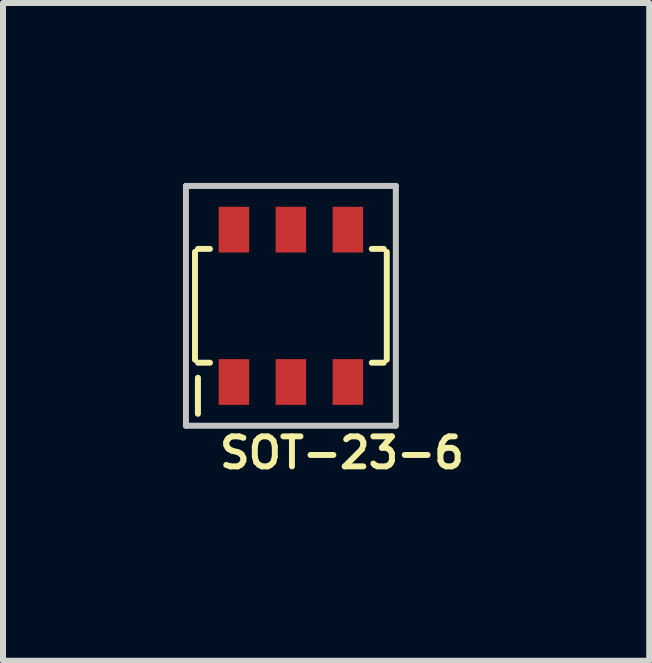
<source format=kicad_pcb>
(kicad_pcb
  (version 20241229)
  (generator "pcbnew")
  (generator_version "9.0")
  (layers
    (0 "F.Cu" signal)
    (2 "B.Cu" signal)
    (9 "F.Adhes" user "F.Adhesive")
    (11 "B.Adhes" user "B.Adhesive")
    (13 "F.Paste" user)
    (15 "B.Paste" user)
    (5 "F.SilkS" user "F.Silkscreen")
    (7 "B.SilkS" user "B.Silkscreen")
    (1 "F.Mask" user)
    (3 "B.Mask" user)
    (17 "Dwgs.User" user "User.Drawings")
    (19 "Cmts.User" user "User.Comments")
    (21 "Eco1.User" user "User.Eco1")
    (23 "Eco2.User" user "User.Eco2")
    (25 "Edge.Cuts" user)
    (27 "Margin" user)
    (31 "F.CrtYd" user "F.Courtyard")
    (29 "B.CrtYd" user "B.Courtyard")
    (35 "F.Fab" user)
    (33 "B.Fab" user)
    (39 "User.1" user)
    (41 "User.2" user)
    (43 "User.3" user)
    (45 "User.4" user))
  (footprint "SOT-23-6"
    (layer "F.Cu")
    (at 1.8 2.049)
    (property "Reference" "SOT-23-6" (at 0.851 2.451 0) (layer "F.SilkS") (effects (font (size 0.5 0.5) (thickness 0.099))))
    (attr smd)
    (fp_line (start -1.599 0.899) (end -1.599 -0.899) (stroke (width 0.099) (type solid)) (layer "F.SilkS"))
    (fp_line (start -1.55 1.8) (end -1.55 1.2) (stroke (width 0.1) (type solid)) (layer "F.SilkS"))
    (fp_line (start -1.549 -0.949) (end -1.349 -0.949) (stroke (width 0.099) (type solid)) (layer "F.SilkS"))
    (fp_line (start -1.349 0.949) (end -1.549 0.949) (stroke (width 0.099) (type solid)) (layer "F.SilkS"))
    (fp_line (start 1.549 -0.949) (end 1.349 -0.949) (stroke (width 0.099) (type solid)) (layer "F.SilkS"))
    (fp_line (start 1.549 0.949) (end 1.349 0.949) (stroke (width 0.099) (type solid)) (layer "F.SilkS"))
    (fp_line (start 1.599 -0.899) (end 1.599 0.899) (stroke (width 0.099) (type solid)) (layer "F.SilkS"))
    (fp_line (start -1.75 -1.999) (end -1.75 1.999) (stroke (width 0.1) (type solid)) (layer "Dwgs.User"))
    (fp_line (start -1.75 1.999) (end 1.75 1.999) (stroke (width 0.1) (type solid)) (layer "Dwgs.User"))
    (fp_line (start 1.75 -1.999) (end -1.75 -1.999) (stroke (width 0.1) (type solid)) (layer "Dwgs.User"))
    (fp_line (start 1.75 1.999) (end 1.75 -1.999) (stroke (width 0.1) (type solid)) (layer "Dwgs.User"))
    (pad "1" smd rect (at -0.95 1.27) (size 0.508 0.762) (layers "F.Cu" "F.Mask" "F.Paste"))
    (pad "2" smd rect (at 0 1.27) (size 0.508 0.762) (layers "F.Cu" "F.Mask" "F.Paste"))
    (pad "3" smd rect (at 0.95 1.27) (size 0.508 0.762) (layers "F.Cu" "F.Mask" "F.Paste"))
    (pad "4" smd rect (at 0.95 -1.27) (size 0.508 0.762) (layers "F.Cu" "F.Mask" "F.Paste"))
    (pad "5" smd rect (at 0 -1.27) (size 0.508 0.762) (layers "F.Cu" "F.Mask" "F.Paste"))
    (pad "6" smd rect (at -0.95 -1.27) (size 0.508 0.762) (layers "F.Cu" "F.Mask" "F.Paste")))
  (gr_rect
    (start -3 -3)
    (end 7.775 7.967)
    (stroke (width 0.1) (type default))
    (fill no)
    (layer "Edge.Cuts")))
</source>
